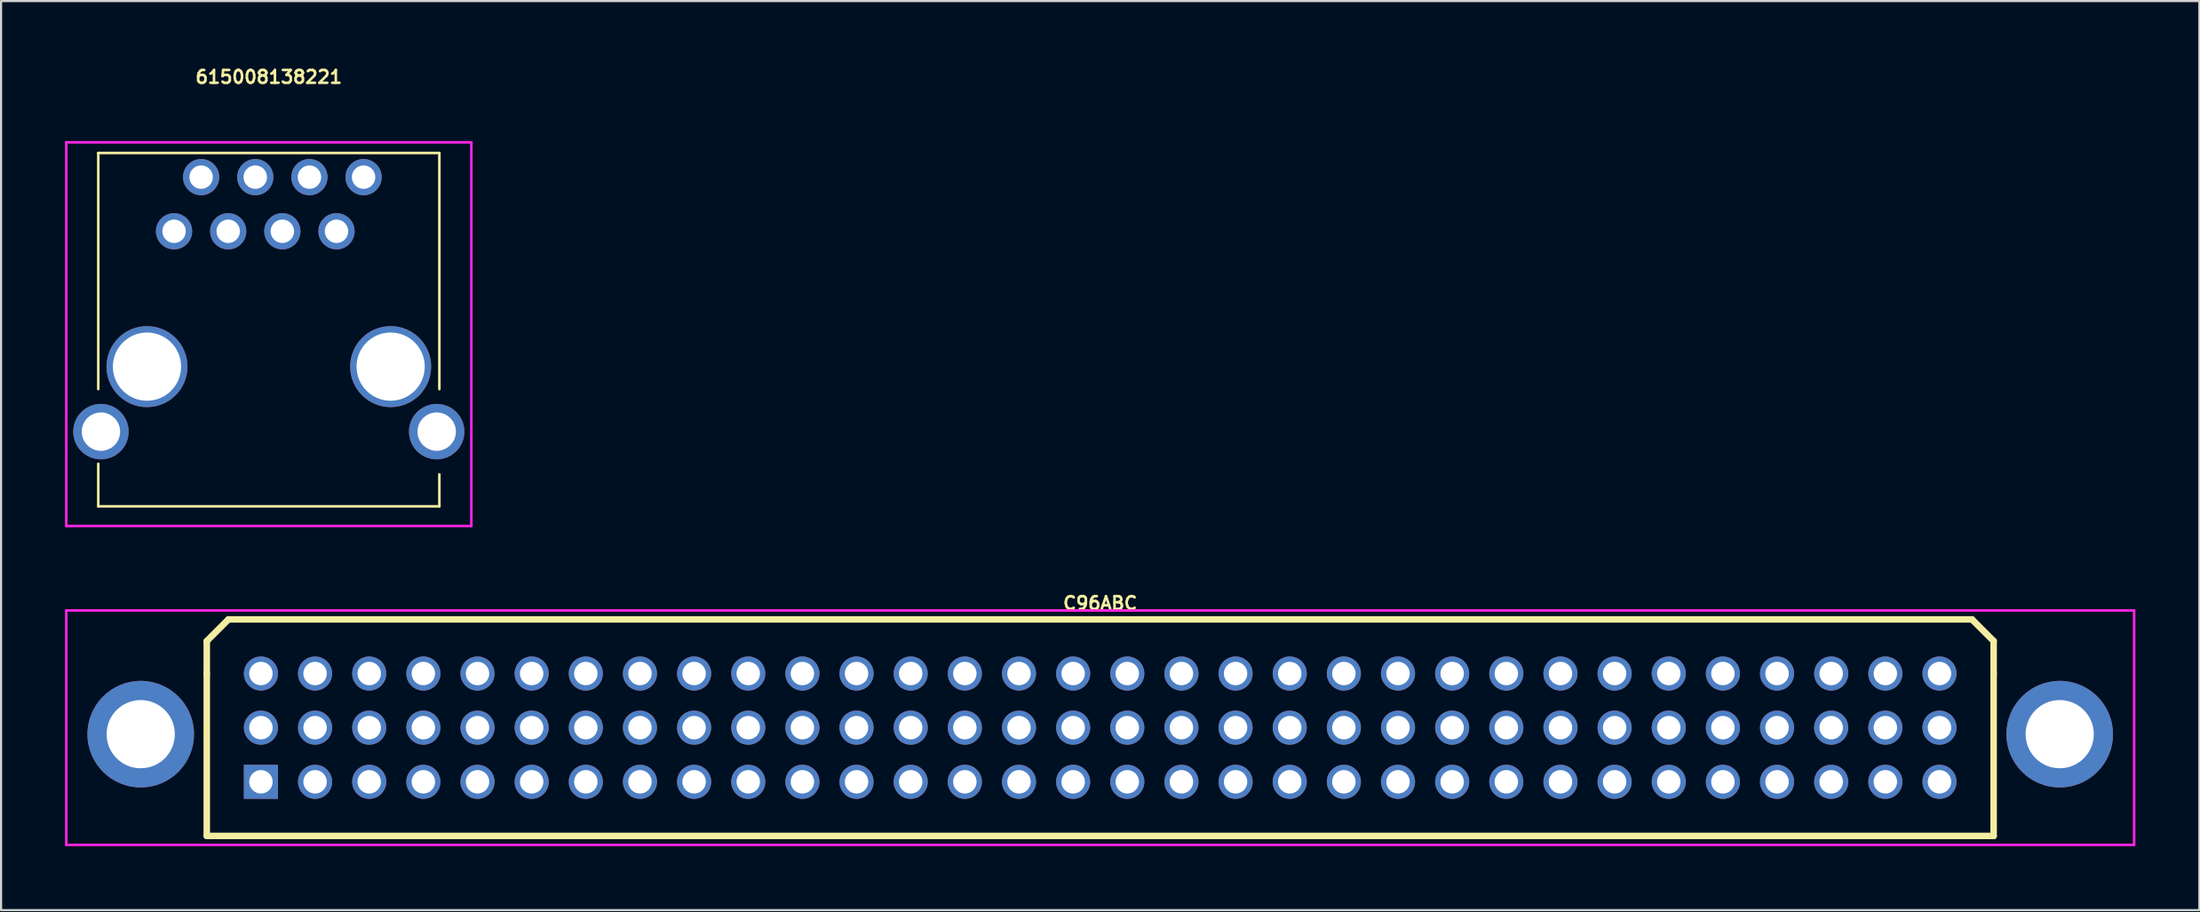
<source format=kicad_pcb>
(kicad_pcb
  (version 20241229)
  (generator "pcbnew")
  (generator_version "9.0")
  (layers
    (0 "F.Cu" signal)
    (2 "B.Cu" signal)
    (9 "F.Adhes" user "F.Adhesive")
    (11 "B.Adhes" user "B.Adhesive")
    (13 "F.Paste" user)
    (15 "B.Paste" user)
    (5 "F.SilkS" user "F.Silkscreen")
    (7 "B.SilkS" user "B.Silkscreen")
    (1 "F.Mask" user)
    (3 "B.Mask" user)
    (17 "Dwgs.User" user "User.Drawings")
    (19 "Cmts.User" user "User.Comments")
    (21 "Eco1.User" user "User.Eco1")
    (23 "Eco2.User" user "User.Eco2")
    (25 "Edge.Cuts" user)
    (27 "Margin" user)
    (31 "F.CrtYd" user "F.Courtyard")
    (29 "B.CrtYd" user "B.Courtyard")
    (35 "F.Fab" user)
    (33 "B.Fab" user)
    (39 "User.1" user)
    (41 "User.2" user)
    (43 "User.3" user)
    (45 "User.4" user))
  (footprint "C96ABC"
    (layer "F.Cu")
    (at 48.56 31.09)
    (property "Reference" "C96ABC" (at 0 -5.842 0) (layer "F.SilkS") (effects (font (size 0.6 0.6) (thickness 0.12))))
    (attr through_hole)
    (fp_line (start -41.91 -2.54) (end -41.91 -4.064) (stroke (width 0.305) (type solid)) (layer "F.SilkS"))
    (fp_line (start -41.91 -2.54) (end -41.91 5.08) (stroke (width 0.305) (type solid)) (layer "F.SilkS"))
    (fp_line (start -41.91 5.08) (end 41.91 5.08) (stroke (width 0.305) (type solid)) (layer "F.SilkS"))
    (fp_line (start -40.894 -5.08) (end -41.91 -4.064) (stroke (width 0.305) (type solid)) (layer "F.SilkS"))
    (fp_line (start -40.894 -5.08) (end 40.894 -5.08) (stroke (width 0.305) (type solid)) (layer "F.SilkS"))
    (fp_line (start 40.894 -5.08) (end 41.91 -4.064) (stroke (width 0.305) (type solid)) (layer "F.SilkS"))
    (fp_line (start 41.91 -4.064) (end 41.91 -2.54) (stroke (width 0.305) (type solid)) (layer "F.SilkS"))
    (fp_line (start 41.91 -2.54) (end 41.91 5.08) (stroke (width 0.305) (type solid)) (layer "F.SilkS"))
    (fp_line (start -48.5 -5.5) (end -48.5 5.5) (stroke (width 0.12) (type solid)) (layer "F.CrtYd"))
    (fp_line (start -48.5 5.5) (end 48.5 5.5) (stroke (width 0.12) (type solid)) (layer "F.CrtYd"))
    (fp_line (start 48.5 -5.5) (end -48.5 -5.5) (stroke (width 0.12) (type solid)) (layer "F.CrtYd"))
    (fp_line (start 48.5 5.5) (end 48.5 -5.5) (stroke (width 0.12) (type solid)) (layer "F.CrtYd"))
    (pad "A1" thru_hole rect (at -39.37 2.54) (size 1.6 1.6) (drill 1.1) (layers "*.Cu" "*.Mask"))
    (pad "A2" thru_hole circle (at -36.83 2.54) (size 1.6 1.6) (drill 1.1) (layers "*.Cu" "*.Mask"))
    (pad "A3" thru_hole circle (at -34.29 2.54) (size 1.6 1.6) (drill 1.1) (layers "*.Cu" "*.Mask"))
    (pad "A4" thru_hole circle (at -31.75 2.54) (size 1.6 1.6) (drill 1.1) (layers "*.Cu" "*.Mask"))
    (pad "A5" thru_hole circle (at -29.21 2.54) (size 1.6 1.6) (drill 1.1) (layers "*.Cu" "*.Mask"))
    (pad "A6" thru_hole circle (at -26.67 2.54) (size 1.6 1.6) (drill 1.1) (layers "*.Cu" "*.Mask"))
    (pad "A7" thru_hole circle (at -24.13 2.54) (size 1.6 1.6) (drill 1.1) (layers "*.Cu" "*.Mask"))
    (pad "A8" thru_hole circle (at -21.59 2.54) (size 1.6 1.6) (drill 1.1) (layers "*.Cu" "*.Mask"))
    (pad "A9" thru_hole circle (at -19.05 2.54) (size 1.6 1.6) (drill 1.1) (layers "*.Cu" "*.Mask"))
    (pad "A10" thru_hole circle (at -16.51 2.54) (size 1.6 1.6) (drill 1.1) (layers "*.Cu" "*.Mask"))
    (pad "A11" thru_hole circle (at -13.97 2.54) (size 1.6 1.6) (drill 1.1) (layers "*.Cu" "*.Mask"))
    (pad "A12" thru_hole circle (at -11.43 2.54) (size 1.6 1.6) (drill 1.1) (layers "*.Cu" "*.Mask"))
    (pad "A13" thru_hole circle (at -8.89 2.54) (size 1.6 1.6) (drill 1.1) (layers "*.Cu" "*.Mask"))
    (pad "A14" thru_hole circle (at -6.35 2.54) (size 1.6 1.6) (drill 1.1) (layers "*.Cu" "*.Mask"))
    (pad "A15" thru_hole circle (at -3.81 2.54) (size 1.6 1.6) (drill 1.1) (layers "*.Cu" "*.Mask"))
    (pad "A16" thru_hole circle (at -1.27 2.54) (size 1.6 1.6) (drill 1.1) (layers "*.Cu" "*.Mask"))
    (pad "A17" thru_hole circle (at 1.27 2.54) (size 1.6 1.6) (drill 1.1) (layers "*.Cu" "*.Mask"))
    (pad "A18" thru_hole circle (at 3.81 2.54) (size 1.6 1.6) (drill 1.1) (layers "*.Cu" "*.Mask"))
    (pad "A19" thru_hole circle (at 6.35 2.54) (size 1.6 1.6) (drill 1.1) (layers "*.Cu" "*.Mask"))
    (pad "A20" thru_hole circle (at 8.89 2.54) (size 1.6 1.6) (drill 1.1) (layers "*.Cu" "*.Mask"))
    (pad "A21" thru_hole circle (at 11.43 2.54) (size 1.6 1.6) (drill 1.1) (layers "*.Cu" "*.Mask"))
    (pad "A22" thru_hole circle (at 13.97 2.54) (size 1.6 1.6) (drill 1.1) (layers "*.Cu" "*.Mask"))
    (pad "A23" thru_hole circle (at 16.51 2.54) (size 1.6 1.6) (drill 1.1) (layers "*.Cu" "*.Mask"))
    (pad "A24" thru_hole circle (at 19.05 2.54) (size 1.6 1.6) (drill 1.1) (layers "*.Cu" "*.Mask"))
    (pad "A25" thru_hole circle (at 21.59 2.54) (size 1.6 1.6) (drill 1.1) (layers "*.Cu" "*.Mask"))
    (pad "A26" thru_hole circle (at 24.13 2.54) (size 1.6 1.6) (drill 1.1) (layers "*.Cu" "*.Mask"))
    (pad "A27" thru_hole circle (at 26.67 2.54) (size 1.6 1.6) (drill 1.1) (layers "*.Cu" "*.Mask"))
    (pad "A28" thru_hole circle (at 29.21 2.54) (size 1.6 1.6) (drill 1.1) (layers "*.Cu" "*.Mask"))
    (pad "A29" thru_hole circle (at 31.75 2.54) (size 1.6 1.6) (drill 1.1) (layers "*.Cu" "*.Mask"))
    (pad "A30" thru_hole circle (at 34.29 2.54) (size 1.6 1.6) (drill 1.1) (layers "*.Cu" "*.Mask"))
    (pad "A31" thru_hole circle (at 36.83 2.54) (size 1.6 1.6) (drill 1.1) (layers "*.Cu" "*.Mask"))
    (pad "A32" thru_hole circle (at 39.37 2.54) (size 1.6 1.6) (drill 1.1) (layers "*.Cu" "*.Mask"))
    (pad "B1" thru_hole circle (at -39.37 0) (size 1.6 1.6) (drill 1.1) (layers "*.Cu" "*.Mask"))
    (pad "B2" thru_hole circle (at -36.83 0) (size 1.6 1.6) (drill 1.1) (layers "*.Cu" "*.Mask"))
    (pad "B3" thru_hole circle (at -34.29 0) (size 1.6 1.6) (drill 1.1) (layers "*.Cu" "*.Mask"))
    (pad "B4" thru_hole circle (at -31.75 0) (size 1.6 1.6) (drill 1.1) (layers "*.Cu" "*.Mask"))
    (pad "B5" thru_hole circle (at -29.21 0) (size 1.6 1.6) (drill 1.1) (layers "*.Cu" "*.Mask"))
    (pad "B6" thru_hole circle (at -26.67 0) (size 1.6 1.6) (drill 1.1) (layers "*.Cu" "*.Mask"))
    (pad "B7" thru_hole circle (at -24.13 0) (size 1.6 1.6) (drill 1.1) (layers "*.Cu" "*.Mask"))
    (pad "B8" thru_hole circle (at -21.59 0) (size 1.6 1.6) (drill 1.1) (layers "*.Cu" "*.Mask"))
    (pad "B9" thru_hole circle (at -19.05 0) (size 1.6 1.6) (drill 1.1) (layers "*.Cu" "*.Mask"))
    (pad "B10" thru_hole circle (at -16.51 0) (size 1.6 1.6) (drill 1.1) (layers "*.Cu" "*.Mask"))
    (pad "B11" thru_hole circle (at -13.97 0) (size 1.6 1.6) (drill 1.1) (layers "*.Cu" "*.Mask"))
    (pad "B12" thru_hole circle (at -11.43 0) (size 1.6 1.6) (drill 1.1) (layers "*.Cu" "*.Mask"))
    (pad "B13" thru_hole circle (at -8.89 0) (size 1.6 1.6) (drill 1.1) (layers "*.Cu" "*.Mask"))
    (pad "B14" thru_hole circle (at -6.35 0) (size 1.6 1.6) (drill 1.1) (layers "*.Cu" "*.Mask"))
    (pad "B15" thru_hole circle (at -3.81 0) (size 1.6 1.6) (drill 1.1) (layers "*.Cu" "*.Mask"))
    (pad "B16" thru_hole circle (at -1.27 0) (size 1.6 1.6) (drill 1.1) (layers "*.Cu" "*.Mask"))
    (pad "B17" thru_hole circle (at 1.27 0) (size 1.6 1.6) (drill 1.1) (layers "*.Cu" "*.Mask"))
    (pad "B18" thru_hole circle (at 3.81 0) (size 1.6 1.6) (drill 1.1) (layers "*.Cu" "*.Mask"))
    (pad "B19" thru_hole circle (at 6.35 0) (size 1.6 1.6) (drill 1.1) (layers "*.Cu" "*.Mask"))
    (pad "B20" thru_hole circle (at 8.89 0) (size 1.6 1.6) (drill 1.1) (layers "*.Cu" "*.Mask"))
    (pad "B21" thru_hole circle (at 11.43 0) (size 1.6 1.6) (drill 1.1) (layers "*.Cu" "*.Mask"))
    (pad "B22" thru_hole circle (at 13.97 0) (size 1.6 1.6) (drill 1.1) (layers "*.Cu" "*.Mask"))
    (pad "B23" thru_hole circle (at 16.51 0) (size 1.6 1.6) (drill 1.1) (layers "*.Cu" "*.Mask"))
    (pad "B24" thru_hole circle (at 19.05 0) (size 1.6 1.6) (drill 1.1) (layers "*.Cu" "*.Mask"))
    (pad "B25" thru_hole circle (at 21.59 0) (size 1.6 1.6) (drill 1.1) (layers "*.Cu" "*.Mask"))
    (pad "B26" thru_hole circle (at 24.13 0) (size 1.6 1.6) (drill 1.1) (layers "*.Cu" "*.Mask"))
    (pad "B27" thru_hole circle (at 26.67 0) (size 1.6 1.6) (drill 1.1) (layers "*.Cu" "*.Mask"))
    (pad "B28" thru_hole circle (at 29.21 0) (size 1.6 1.6) (drill 1.1) (layers "*.Cu" "*.Mask"))
    (pad "B29" thru_hole circle (at 31.75 0) (size 1.6 1.6) (drill 1.1) (layers "*.Cu" "*.Mask"))
    (pad "B30" thru_hole circle (at 34.29 0) (size 1.6 1.6) (drill 1.1) (layers "*.Cu" "*.Mask"))
    (pad "B31" thru_hole circle (at 36.83 0) (size 1.6 1.6) (drill 1.1) (layers "*.Cu" "*.Mask"))
    (pad "B32" thru_hole circle (at 39.37 0) (size 1.6 1.6) (drill 1.1) (layers "*.Cu" "*.Mask"))
    (pad "C1" thru_hole circle (at -39.37 -2.54) (size 1.6 1.6) (drill 1.1) (layers "*.Cu" "*.Mask"))
    (pad "C2" thru_hole circle (at -36.83 -2.54) (size 1.6 1.6) (drill 1.1) (layers "*.Cu" "*.Mask"))
    (pad "C3" thru_hole circle (at -34.29 -2.54) (size 1.6 1.6) (drill 1.1) (layers "*.Cu" "*.Mask"))
    (pad "C4" thru_hole circle (at -31.75 -2.54) (size 1.6 1.6) (drill 1.1) (layers "*.Cu" "*.Mask"))
    (pad "C5" thru_hole circle (at -29.21 -2.54) (size 1.6 1.6) (drill 1.1) (layers "*.Cu" "*.Mask"))
    (pad "C6" thru_hole circle (at -26.67 -2.54) (size 1.6 1.6) (drill 1.1) (layers "*.Cu" "*.Mask"))
    (pad "C7" thru_hole circle (at -24.13 -2.54) (size 1.6 1.6) (drill 1.1) (layers "*.Cu" "*.Mask"))
    (pad "C8" thru_hole circle (at -21.59 -2.54) (size 1.6 1.6) (drill 1.1) (layers "*.Cu" "*.Mask"))
    (pad "C9" thru_hole circle (at -19.05 -2.54) (size 1.6 1.6) (drill 1.1) (layers "*.Cu" "*.Mask"))
    (pad "C10" thru_hole circle (at -16.51 -2.54) (size 1.6 1.6) (drill 1.1) (layers "*.Cu" "*.Mask"))
    (pad "C11" thru_hole circle (at -13.97 -2.54) (size 1.6 1.6) (drill 1.1) (layers "*.Cu" "*.Mask"))
    (pad "C12" thru_hole circle (at -11.43 -2.54) (size 1.6 1.6) (drill 1.1) (layers "*.Cu" "*.Mask"))
    (pad "C13" thru_hole circle (at -8.89 -2.54) (size 1.6 1.6) (drill 1.1) (layers "*.Cu" "*.Mask"))
    (pad "C14" thru_hole circle (at -6.35 -2.54) (size 1.6 1.6) (drill 1.1) (layers "*.Cu" "*.Mask"))
    (pad "C15" thru_hole circle (at -3.81 -2.54) (size 1.6 1.6) (drill 1.1) (layers "*.Cu" "*.Mask"))
    (pad "C16" thru_hole circle (at -1.27 -2.54) (size 1.6 1.6) (drill 1.1) (layers "*.Cu" "*.Mask"))
    (pad "C17" thru_hole circle (at 1.27 -2.54) (size 1.6 1.6) (drill 1.1) (layers "*.Cu" "*.Mask"))
    (pad "C18" thru_hole circle (at 3.81 -2.54) (size 1.6 1.6) (drill 1.1) (layers "*.Cu" "*.Mask"))
    (pad "C19" thru_hole circle (at 6.35 -2.54) (size 1.6 1.6) (drill 1.1) (layers "*.Cu" "*.Mask"))
    (pad "C20" thru_hole circle (at 8.89 -2.54) (size 1.6 1.6) (drill 1.1) (layers "*.Cu" "*.Mask"))
    (pad "C21" thru_hole circle (at 11.43 -2.54) (size 1.6 1.6) (drill 1.1) (layers "*.Cu" "*.Mask"))
    (pad "C22" thru_hole circle (at 13.97 -2.54) (size 1.6 1.6) (drill 1.1) (layers "*.Cu" "*.Mask"))
    (pad "C23" thru_hole circle (at 16.51 -2.54) (size 1.6 1.6) (drill 1.1) (layers "*.Cu" "*.Mask"))
    (pad "C24" thru_hole circle (at 19.05 -2.54) (size 1.6 1.6) (drill 1.1) (layers "*.Cu" "*.Mask"))
    (pad "C25" thru_hole circle (at 21.59 -2.54) (size 1.6 1.6) (drill 1.1) (layers "*.Cu" "*.Mask"))
    (pad "C26" thru_hole circle (at 24.13 -2.54) (size 1.6 1.6) (drill 1.1) (layers "*.Cu" "*.Mask"))
    (pad "C27" thru_hole circle (at 26.67 -2.54) (size 1.6 1.6) (drill 1.1) (layers "*.Cu" "*.Mask"))
    (pad "C28" thru_hole circle (at 29.21 -2.54) (size 1.6 1.6) (drill 1.1) (layers "*.Cu" "*.Mask"))
    (pad "C29" thru_hole circle (at 31.75 -2.54) (size 1.6 1.6) (drill 1.1) (layers "*.Cu" "*.Mask"))
    (pad "C30" thru_hole circle (at 34.29 -2.54) (size 1.6 1.6) (drill 1.1) (layers "*.Cu" "*.Mask"))
    (pad "C31" thru_hole circle (at 36.83 -2.54) (size 1.6 1.6) (drill 1.1) (layers "*.Cu" "*.Mask"))
    (pad "C32" thru_hole circle (at 39.37 -2.54) (size 1.6 1.6) (drill 1.1) (layers "*.Cu" "*.Mask"))
    (pad "GND" thru_hole circle (at -45.009 0.305) (size 5 5) (drill 3.2) (layers "*.Cu" "*.Mask"))
    (pad "GND" thru_hole circle (at 45.009 0.305) (size 5 5) (drill 3.2) (layers "*.Cu" "*.Mask")))
  (footprint "615008138221"
    (layer "F.Cu")
    (at 9.56 9.706)
    (property "Reference" "615008138221" (at 0 -9.144 0) (layer "F.SilkS") (effects (font (size 0.6 0.6) (thickness 0.12))))
    (attr through_hole)
    (fp_line (start -8 5.5) (end -8 -5.579) (stroke (width 0.12) (type solid)) (layer "F.SilkS"))
    (fp_line (start -8 9) (end -8 11) (stroke (width 0.12) (type solid)) (layer "F.SilkS"))
    (fp_line (start -8 11) (end 8 11) (stroke (width 0.12) (type solid)) (layer "F.SilkS"))
    (fp_line (start 8 -5.579) (end -8 -5.579) (stroke (width 0.12) (type solid)) (layer "F.SilkS"))
    (fp_line (start 8 5.5) (end 8 -5.579) (stroke (width 0.12) (type solid)) (layer "F.SilkS"))
    (fp_line (start 8 11) (end 8 9.5) (stroke (width 0.12) (type solid)) (layer "F.SilkS"))
    (fp_line (start -9.5 -6.079) (end -9.5 11.921) (stroke (width 0.12) (type solid)) (layer "F.CrtYd"))
    (fp_line (start -9.5 11.921) (end 9.5 11.921) (stroke (width 0.12) (type solid)) (layer "F.CrtYd"))
    (fp_line (start 9.5 -6.079) (end -9.5 -6.079) (stroke (width 0.12) (type solid)) (layer "F.CrtYd"))
    (fp_line (start 9.5 11.921) (end 9.5 -6.079) (stroke (width 0.12) (type solid)) (layer "F.CrtYd"))
    (pad "" thru_hole circle (at -5.715 4.445) (size 3.8 3.8) (drill 3.2) (layers "*.Cu" "*.Mask"))
    (pad "" thru_hole circle (at 5.715 4.445) (size 3.8 3.8) (drill 3.2) (layers "*.Cu" "*.Mask"))
    (pad "1" thru_hole circle (at -4.445 -1.905) (size 1.7 1.7) (drill 1.1) (layers "*.Cu" "*.Mask"))
    (pad "2" thru_hole circle (at -3.175 -4.445) (size 1.7 1.7) (drill 1.1) (layers "*.Cu" "*.Mask"))
    (pad "3" thru_hole circle (at -1.905 -1.905) (size 1.7 1.7) (drill 1.1) (layers "*.Cu" "*.Mask"))
    (pad "4" thru_hole circle (at -0.635 -4.445) (size 1.7 1.7) (drill 1.1) (layers "*.Cu" "*.Mask"))
    (pad "5" thru_hole circle (at 0.635 -1.905) (size 1.7 1.7) (drill 1.1) (layers "*.Cu" "*.Mask"))
    (pad "6" thru_hole circle (at 1.905 -4.445) (size 1.7 1.7) (drill 1.1) (layers "*.Cu" "*.Mask"))
    (pad "7" thru_hole circle (at 3.175 -1.905) (size 1.7 1.7) (drill 1.1) (layers "*.Cu" "*.Mask"))
    (pad "8" thru_hole circle (at 4.445 -4.445) (size 1.7 1.7) (drill 1.1) (layers "*.Cu" "*.Mask"))
    (pad "SH" thru_hole circle (at -7.875 7.495) (size 2.6 2.6) (drill 1.8) (layers "*.Cu" "*.Mask"))
    (pad "SH" thru_hole circle (at 7.875 7.495) (size 2.6 2.6) (drill 1.8) (layers "*.Cu" "*.Mask")))
  (gr_rect
    (start -3 -3)
    (end 100.12 39.65)
    (stroke (width 0.1) (type default))
    (fill no)
    (layer "Edge.Cuts")))
</source>
